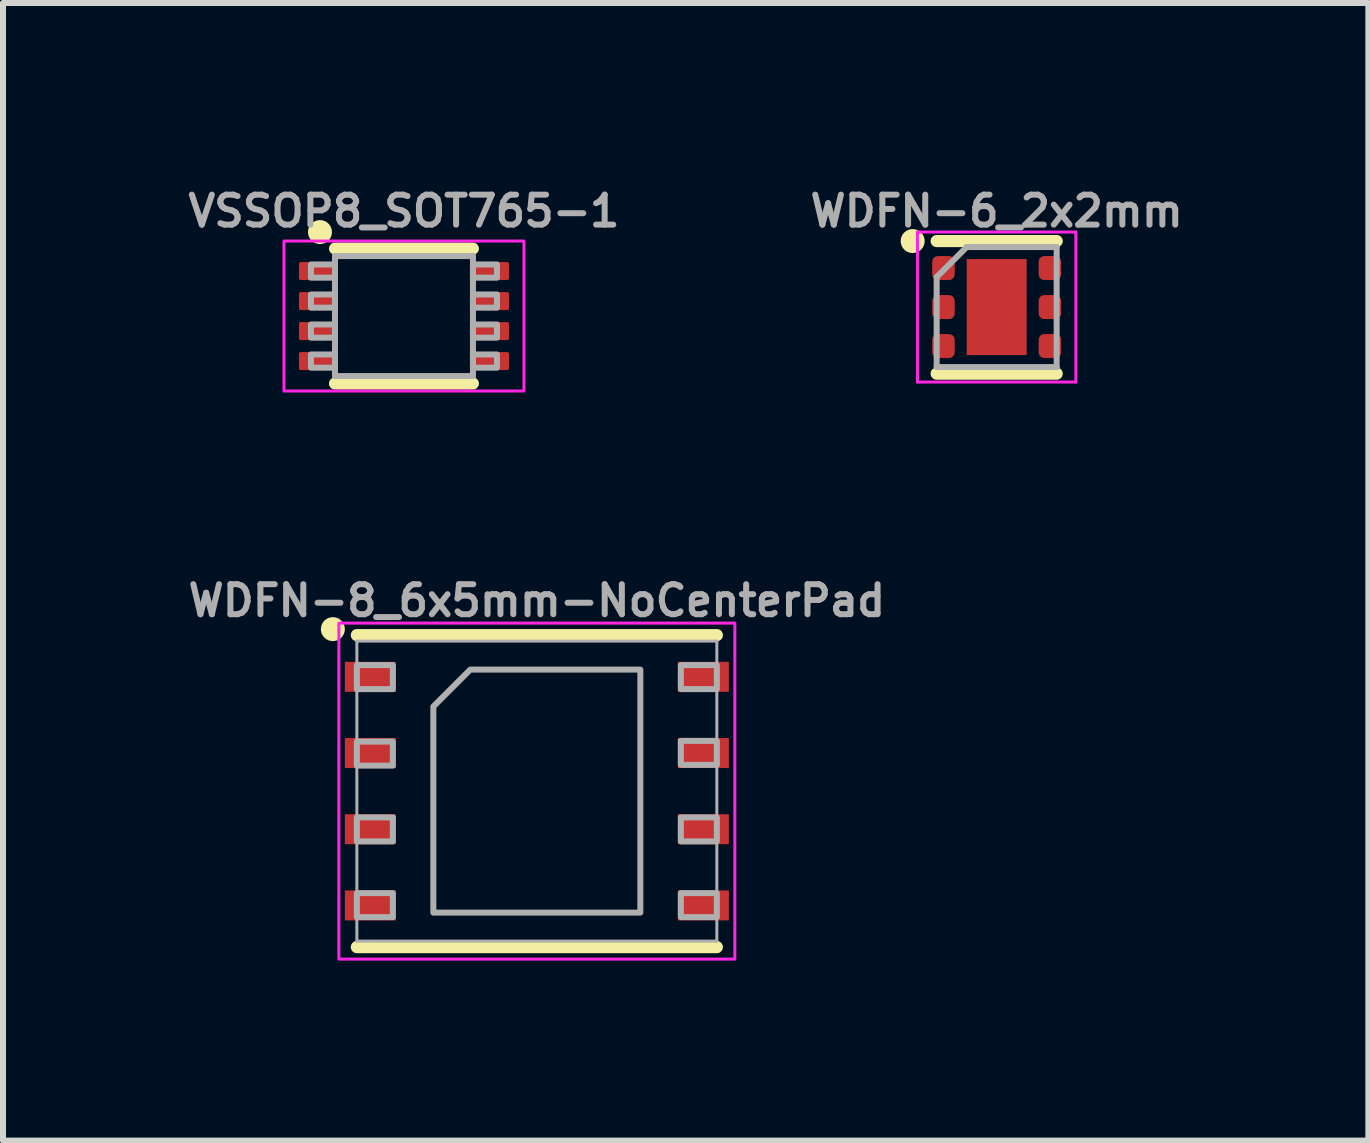
<source format=kicad_pcb>
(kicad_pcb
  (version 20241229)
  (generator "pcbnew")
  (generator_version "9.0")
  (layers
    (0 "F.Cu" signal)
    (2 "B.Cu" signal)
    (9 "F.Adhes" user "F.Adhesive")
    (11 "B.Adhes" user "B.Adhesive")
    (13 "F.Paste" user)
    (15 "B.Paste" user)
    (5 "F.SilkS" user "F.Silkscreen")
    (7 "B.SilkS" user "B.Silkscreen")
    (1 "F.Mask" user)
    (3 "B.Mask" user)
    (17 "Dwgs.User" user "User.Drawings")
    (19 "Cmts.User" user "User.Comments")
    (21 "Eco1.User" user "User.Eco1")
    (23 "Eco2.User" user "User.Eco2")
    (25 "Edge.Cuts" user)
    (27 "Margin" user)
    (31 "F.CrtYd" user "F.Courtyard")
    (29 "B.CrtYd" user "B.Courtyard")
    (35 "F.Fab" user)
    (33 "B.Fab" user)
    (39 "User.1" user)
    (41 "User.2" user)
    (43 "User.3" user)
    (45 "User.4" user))
  (footprint "WDFN-8_6x5mm-NoCenterPad"
    (layer "F.Cu")
    (at 5.898 10.136)
    (property "Reference" "WDFN-8_6x5mm-NoCenterPad" (at 0 -3.175 0) (layer "F.Fab") (effects (font (size 0.5 0.5) (thickness 0.1))))
    (fp_line (start -3 -2.6) (end 3 -2.6) (stroke (width 0.203) (type solid)) (layer "F.SilkS"))
    (fp_line (start -3 2.6) (end 3 2.6) (stroke (width 0.203) (type solid)) (layer "F.SilkS"))
    (fp_circle (center -3.4 -2.7) (end -3.5 -2.7) (stroke (width 0.2) (type solid)) (fill yes) (layer "F.SilkS"))
    (fp_rect (start -3.3 -2.8) (end 3.3 2.8) (stroke (width 0.05) (type default)) (fill no) (layer "F.CrtYd"))
    (fp_line (start -3 -2.5) (end 3 -2.5) (stroke (width 0.05) (type solid)) (layer "F.Fab"))
    (fp_line (start -3 2.5) (end -3 -2.5) (stroke (width 0.05) (type solid)) (layer "F.Fab"))
    (fp_line (start 3 -2.5) (end 3 2.5) (stroke (width 0.05) (type solid)) (layer "F.Fab"))
    (fp_line (start 3 2.5) (end -3 2.5) (stroke (width 0.05) (type solid)) (layer "F.Fab"))
    (fp_poly (pts (xy -3 -1.7) (xy -2.4 -1.7) (xy -2.4 -2.1) (xy -3 -2.1)) (stroke (width 0.1) (type default)) (fill no) (layer "F.Fab"))
    (fp_poly (pts (xy -3 -0.425) (xy -2.4 -0.425) (xy -2.4 -0.825) (xy -3 -0.825)) (stroke (width 0.1) (type default)) (fill no) (layer "F.Fab"))
    (fp_poly (pts (xy -3 0.838) (xy -2.4 0.838) (xy -2.4 0.438) (xy -3 0.438)) (stroke (width 0.1) (type default)) (fill no) (layer "F.Fab"))
    (fp_poly (pts (xy -3 2.1) (xy -2.4 2.1) (xy -2.4 1.7) (xy -3 1.7)) (stroke (width 0.1) (type default)) (fill no) (layer "F.Fab"))
    (fp_poly (pts (xy 2.4 -1.7) (xy 3 -1.7) (xy 3 -2.1) (xy 2.4 -2.1)) (stroke (width 0.1) (type default)) (fill no) (layer "F.Fab"))
    (fp_poly (pts (xy 2.4 -0.438) (xy 3 -0.438) (xy 3 -0.838) (xy 2.4 -0.838)) (stroke (width 0.1) (type default)) (fill no) (layer "F.Fab"))
    (fp_poly (pts (xy 2.4 0.838) (xy 3 0.838) (xy 3 0.438) (xy 2.4 0.438)) (stroke (width 0.1) (type default)) (fill no) (layer "F.Fab"))
    (fp_poly (pts (xy 2.4 2.1) (xy 3 2.1) (xy 3 1.7) (xy 2.4 1.7)) (stroke (width 0.1) (type default)) (fill no) (layer "F.Fab"))
    (fp_poly (pts (xy 1.725 2.025) (xy -1.725 2.025) (xy -1.725 -1.41) (xy -1.11 -2.025) (xy 1.725 -2.025)) (stroke (width 0.1) (type default)) (fill no) (layer "F.Fab"))
    (pad "1" smd rect (at -2.775 -1.905 90) (size 0.5 0.85) (layers "F.Cu" "F.Mask" "F.Paste"))
    (pad "2" smd rect (at -2.775 -0.635 90) (size 0.5 0.85) (layers "F.Cu" "F.Mask" "F.Paste"))
    (pad "3" smd rect (at -2.775 0.635 90) (size 0.5 0.85) (layers "F.Cu" "F.Mask" "F.Paste"))
    (pad "4" smd rect (at -2.775 1.905 90) (size 0.5 0.85) (layers "F.Cu" "F.Mask" "F.Paste"))
    (pad "5" smd rect (at 2.775 1.905 90) (size 0.5 0.85) (layers "F.Cu" "F.Mask" "F.Paste"))
    (pad "6" smd rect (at 2.775 0.635 90) (size 0.5 0.85) (layers "F.Cu" "F.Mask" "F.Paste"))
    (pad "7" smd rect (at 2.775 -0.635 90) (size 0.5 0.85) (layers "F.Cu" "F.Mask" "F.Paste"))
    (pad "8" smd rect (at 2.775 -1.905 90) (size 0.5 0.85) (layers "F.Cu" "F.Mask" "F.Paste")))
  (footprint "WDFN-6_2x2mm"
    (layer "F.Cu")
    (at 13.562 2.068)
    (property "Reference" "WDFN-6_2x2mm" (at 0 -1.6 0) (layer "F.Fab") (effects (font (size 0.5 0.5) (thickness 0.1))))
    (attr smd)
    (fp_line (start -1 -1.1) (end 1 -1.1) (stroke (width 0.203) (type solid)) (layer "F.SilkS"))
    (fp_line (start -1 1.11) (end 1 1.11) (stroke (width 0.203) (type solid)) (layer "F.SilkS"))
    (fp_circle (center -1.4 -1.1) (end -1.5 -1.1) (stroke (width 0.2) (type solid)) (fill yes) (layer "F.SilkS"))
    (fp_line (start -1.32 -1.25) (end -1.32 1.25) (stroke (width 0.05) (type solid)) (layer "F.CrtYd"))
    (fp_line (start -1.32 1.25) (end 1.32 1.25) (stroke (width 0.05) (type solid)) (layer "F.CrtYd"))
    (fp_line (start 1.32 -1.25) (end -1.32 -1.25) (stroke (width 0.05) (type solid)) (layer "F.CrtYd"))
    (fp_line (start 1.32 1.25) (end 1.32 -1.25) (stroke (width 0.05) (type solid)) (layer "F.CrtYd"))
    (fp_line (start -1 -0.5) (end -0.5 -1) (stroke (width 0.1) (type solid)) (layer "F.Fab"))
    (fp_line (start -1 1) (end -1 -0.5) (stroke (width 0.1) (type solid)) (layer "F.Fab"))
    (fp_line (start -0.5 -1) (end 1 -1) (stroke (width 0.1) (type solid)) (layer "F.Fab"))
    (fp_line (start 1 -1) (end 1 1) (stroke (width 0.1) (type solid)) (layer "F.Fab"))
    (fp_line (start 1 1) (end -1 1) (stroke (width 0.1) (type solid)) (layer "F.Fab"))
    (pad "" smd roundrect (at 0 -0.4) (size 0.81 0.64) (layers "F.Paste") (roundrect_rratio 0.25))
    (pad "" smd roundrect (at 0 0.4) (size 0.81 0.64) (layers "F.Paste") (roundrect_rratio 0.25))
    (pad "1" smd roundrect (at -0.887 -0.65) (size 0.375 0.4) (layers "F.Cu" "F.Mask" "F.Paste") (roundrect_rratio 0.25))
    (pad "2" smd roundrect (at -0.887 0) (size 0.375 0.4) (layers "F.Cu" "F.Mask" "F.Paste") (roundrect_rratio 0.25))
    (pad "3" smd roundrect (at -0.887 0.65) (size 0.375 0.4) (layers "F.Cu" "F.Mask" "F.Paste") (roundrect_rratio 0.25))
    (pad "4" smd roundrect (at 0.887 0.65) (size 0.375 0.4) (layers "F.Cu" "F.Mask" "F.Paste") (roundrect_rratio 0.25))
    (pad "5" smd roundrect (at 0.887 0) (size 0.375 0.4) (layers "F.Cu" "F.Mask" "F.Paste") (roundrect_rratio 0.25))
    (pad "6" smd roundrect (at 0.887 -0.65) (size 0.375 0.4) (layers "F.Cu" "F.Mask" "F.Paste") (roundrect_rratio 0.25))
    (pad "7" smd rect (at 0 0) (size 1 1.6) (layers "F.Cu" "F.Mask")))
  (footprint "VSSOP8_SOT765-1"
    (layer "F.Cu")
    (at 3.683 2.218)
    (property "Reference" "VSSOP8_SOT765-1" (at 0 -1.75 0) (layer "F.Fab") (effects (font (size 0.5 0.5) (thickness 0.1) (bold yes))))
    (attr smd allow_soldermask_bridges)
    (fp_line (start -1.15 -1.125) (end 1.15 -1.125) (stroke (width 0.2) (type solid)) (layer "F.SilkS"))
    (fp_line (start 1.15 1.125) (end -1.15 1.125) (stroke (width 0.2) (type solid)) (layer "F.SilkS"))
    (fp_circle (center -1.4 -1.4) (end -1.3 -1.4) (stroke (width 0.2) (type solid)) (fill no) (layer "F.SilkS"))
    (fp_rect (start -2 -1.25) (end 2 1.25) (stroke (width 0.05) (type default)) (fill no) (layer "F.CrtYd"))
    (fp_line (start -1.15 -1) (end 1.15 -1) (stroke (width 0.1) (type solid)) (layer "F.Fab"))
    (fp_line (start -1.15 1) (end -1.15 -1) (stroke (width 0.1) (type solid)) (layer "F.Fab"))
    (fp_line (start 1.15 -1) (end 1.15 1) (stroke (width 0.1) (type solid)) (layer "F.Fab"))
    (fp_line (start 1.15 1) (end -1.15 1) (stroke (width 0.1) (type solid)) (layer "F.Fab"))
    (fp_poly (pts (xy -1.55 -0.64) (xy -1.15 -0.64) (xy -1.15 -0.86) (xy -1.55 -0.86)) (stroke (width 0.1) (type default)) (fill no) (layer "F.Fab"))
    (fp_poly (pts (xy -1.55 -0.14) (xy -1.15 -0.14) (xy -1.15 -0.36) (xy -1.55 -0.36)) (stroke (width 0.1) (type default)) (fill no) (layer "F.Fab"))
    (fp_poly (pts (xy -1.55 0.36) (xy -1.15 0.36) (xy -1.15 0.14) (xy -1.55 0.14)) (stroke (width 0.1) (type default)) (fill no) (layer "F.Fab"))
    (fp_poly (pts (xy -1.55 0.86) (xy -1.15 0.86) (xy -1.15 0.64) (xy -1.55 0.64)) (stroke (width 0.1) (type default)) (fill no) (layer "F.Fab"))
    (fp_poly (pts (xy 1.15 -0.64) (xy 1.55 -0.64) (xy 1.55 -0.86) (xy 1.15 -0.86)) (stroke (width 0.1) (type default)) (fill no) (layer "F.Fab"))
    (fp_poly (pts (xy 1.15 -0.14) (xy 1.55 -0.14) (xy 1.55 -0.36) (xy 1.15 -0.36)) (stroke (width 0.1) (type default)) (fill no) (layer "F.Fab"))
    (fp_poly (pts (xy 1.15 0.36) (xy 1.55 0.36) (xy 1.55 0.14) (xy 1.15 0.14)) (stroke (width 0.1) (type default)) (fill no) (layer "F.Fab"))
    (fp_poly (pts (xy 1.15 0.86) (xy 1.55 0.86) (xy 1.55 0.64) (xy 1.15 0.64)) (stroke (width 0.1) (type default)) (fill no) (layer "F.Fab"))
    (pad "1" smd roundrect (at -1.475 -0.75) (size 0.55 0.3) (layers "F.Cu" "F.Mask" "F.Paste") (roundrect_rratio 0.1))
    (pad "2" smd roundrect (at -1.475 -0.25) (size 0.55 0.3) (layers "F.Cu" "F.Mask" "F.Paste") (roundrect_rratio 0.1))
    (pad "3" smd roundrect (at -1.475 0.25) (size 0.55 0.3) (layers "F.Cu" "F.Mask" "F.Paste") (roundrect_rratio 0.1))
    (pad "4" smd roundrect (at -1.475 0.75) (size 0.55 0.3) (layers "F.Cu" "F.Mask" "F.Paste") (roundrect_rratio 0.1))
    (pad "5" smd roundrect (at 1.475 0.75) (size 0.55 0.3) (layers "F.Cu" "F.Mask" "F.Paste") (roundrect_rratio 0.1))
    (pad "6" smd roundrect (at 1.475 0.25) (size 0.55 0.3) (layers "F.Cu" "F.Mask" "F.Paste") (roundrect_rratio 0.1))
    (pad "7" smd roundrect (at 1.475 -0.25) (size 0.55 0.3) (layers "F.Cu" "F.Mask" "F.Paste") (roundrect_rratio 0.1))
    (pad "8" smd roundrect (at 1.475 -0.75) (size 0.55 0.3) (layers "F.Cu" "F.Mask" "F.Paste") (roundrect_rratio 0.1)))
  (gr_rect
    (start -3 -3)
    (end 19.757 15.961)
    (stroke (width 0.1) (type default))
    (fill no)
    (layer "Edge.Cuts")))
</source>
